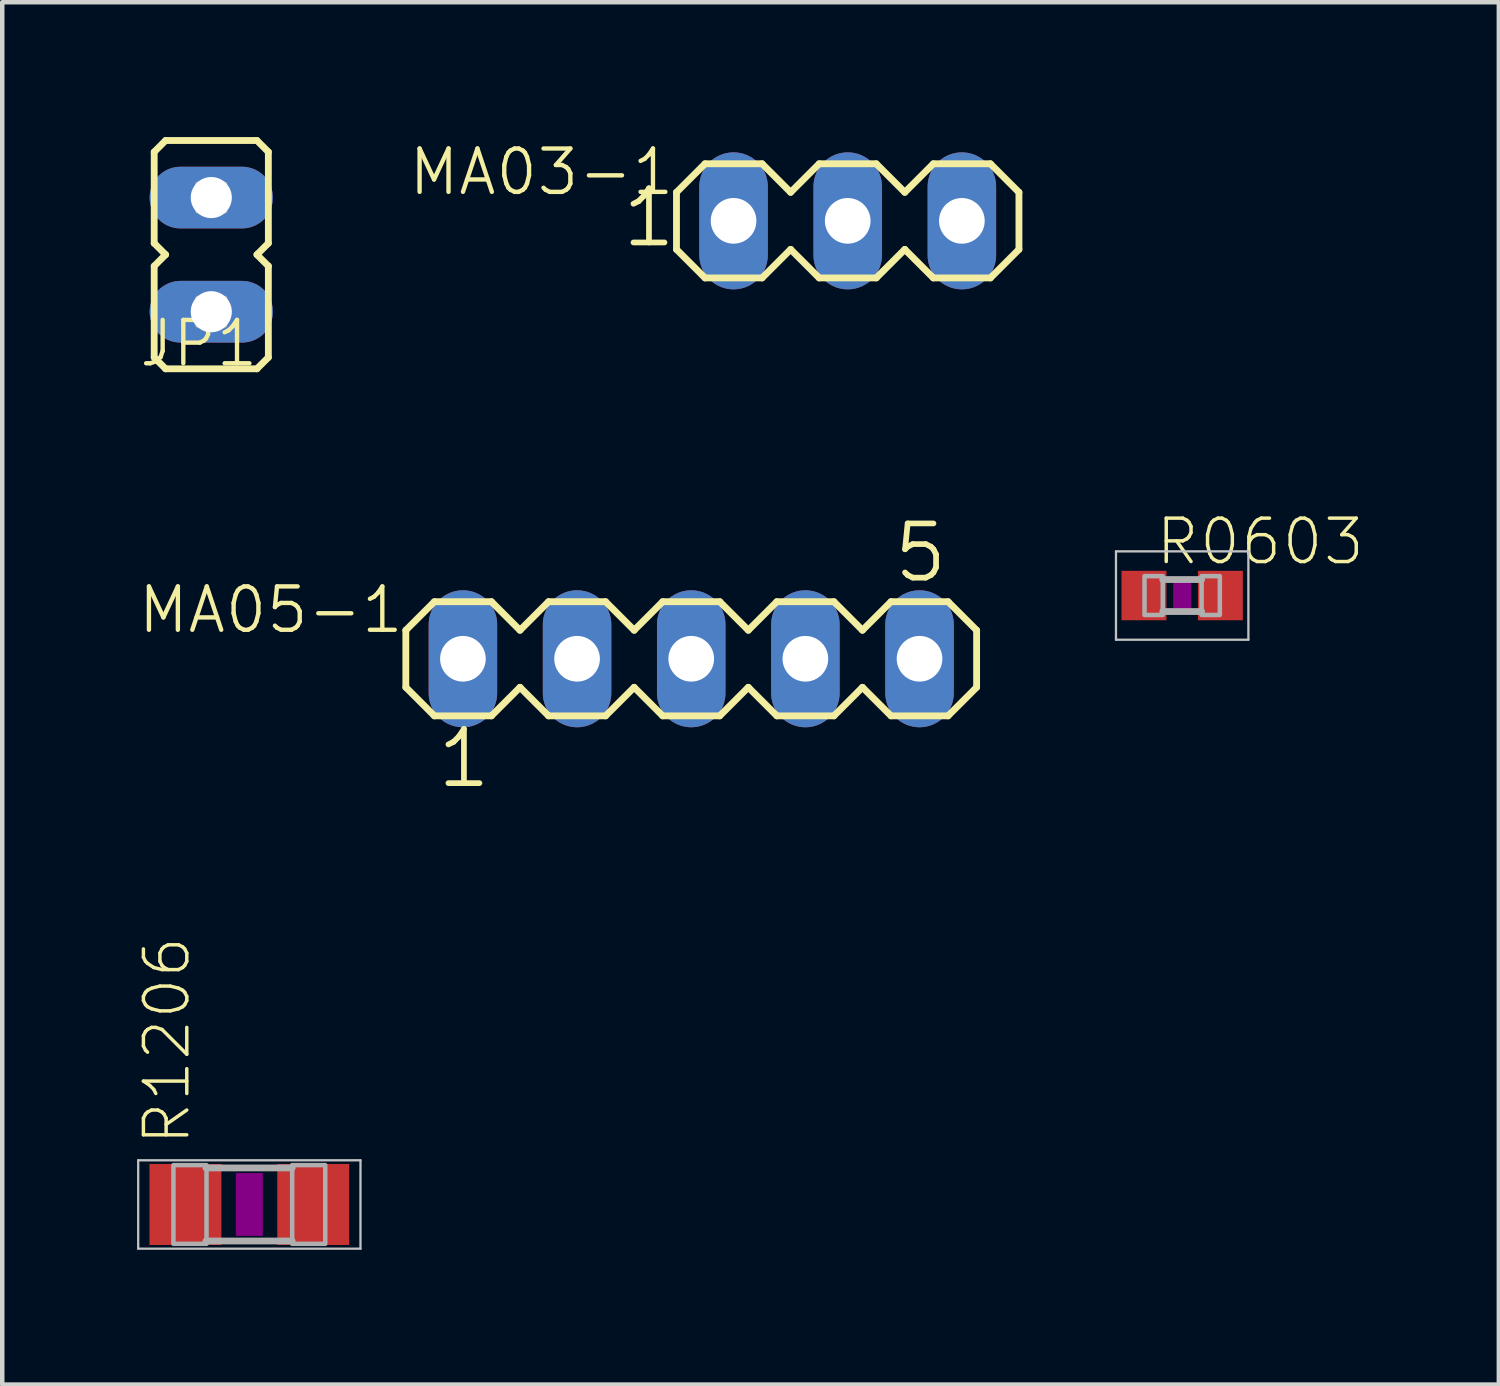
<source format=kicad_pcb>
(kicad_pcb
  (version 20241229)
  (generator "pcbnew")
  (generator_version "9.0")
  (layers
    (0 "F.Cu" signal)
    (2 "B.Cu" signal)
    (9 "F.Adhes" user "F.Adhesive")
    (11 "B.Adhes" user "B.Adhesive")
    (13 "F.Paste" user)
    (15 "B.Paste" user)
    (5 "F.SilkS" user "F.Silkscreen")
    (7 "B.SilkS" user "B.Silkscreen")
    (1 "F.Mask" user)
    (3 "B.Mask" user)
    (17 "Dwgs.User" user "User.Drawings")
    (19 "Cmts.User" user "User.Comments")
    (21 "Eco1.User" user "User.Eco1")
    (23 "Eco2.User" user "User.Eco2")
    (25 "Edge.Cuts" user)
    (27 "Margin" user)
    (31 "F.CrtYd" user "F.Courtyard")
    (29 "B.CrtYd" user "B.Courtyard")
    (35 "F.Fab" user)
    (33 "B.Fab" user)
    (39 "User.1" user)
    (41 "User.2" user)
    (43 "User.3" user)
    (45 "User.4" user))
  (footprint "MA03-1"
    (layer "F.Cu")
    (at 15.812 1.864)
    (property "Reference" "MA03-1" (at -3.81 -1.651 180) (layer "F.SilkS") (effects (font (size 0.965 0.965) (thickness 0.097)) (justify right top)))
    (attr through_hole)
    (fp_line (start -3.81 -0.635) (end -3.81 0.635) (stroke (width 0.152) (type solid)) (layer "F.SilkS"))
    (fp_line (start -3.81 0.635) (end -3.175 1.27) (stroke (width 0.152) (type solid)) (layer "F.SilkS"))
    (fp_line (start -3.175 -1.27) (end -3.81 -0.635) (stroke (width 0.152) (type solid)) (layer "F.SilkS"))
    (fp_line (start -3.175 -1.27) (end -1.905 -1.27) (stroke (width 0.152) (type solid)) (layer "F.SilkS"))
    (fp_line (start -1.905 -1.27) (end -1.27 -0.635) (stroke (width 0.152) (type solid)) (layer "F.SilkS"))
    (fp_line (start -1.905 1.27) (end -3.175 1.27) (stroke (width 0.152) (type solid)) (layer "F.SilkS"))
    (fp_line (start -1.27 -0.635) (end -0.635 -1.27) (stroke (width 0.152) (type solid)) (layer "F.SilkS"))
    (fp_line (start -1.27 0.635) (end -1.905 1.27) (stroke (width 0.152) (type solid)) (layer "F.SilkS"))
    (fp_line (start -0.635 -1.27) (end 0.635 -1.27) (stroke (width 0.152) (type solid)) (layer "F.SilkS"))
    (fp_line (start -0.635 1.27) (end -1.27 0.635) (stroke (width 0.152) (type solid)) (layer "F.SilkS"))
    (fp_line (start 0.635 -1.27) (end 1.27 -0.635) (stroke (width 0.152) (type solid)) (layer "F.SilkS"))
    (fp_line (start 0.635 1.27) (end -0.635 1.27) (stroke (width 0.152) (type solid)) (layer "F.SilkS"))
    (fp_line (start 1.27 -0.635) (end 1.905 -1.27) (stroke (width 0.152) (type solid)) (layer "F.SilkS"))
    (fp_line (start 1.27 0.635) (end 0.635 1.27) (stroke (width 0.152) (type solid)) (layer "F.SilkS"))
    (fp_line (start 1.905 -1.27) (end 3.175 -1.27) (stroke (width 0.152) (type solid)) (layer "F.SilkS"))
    (fp_line (start 1.905 1.27) (end 1.27 0.635) (stroke (width 0.152) (type solid)) (layer "F.SilkS"))
    (fp_line (start 3.175 -1.27) (end 3.81 -0.635) (stroke (width 0.152) (type solid)) (layer "F.SilkS"))
    (fp_line (start 3.175 1.27) (end 1.905 1.27) (stroke (width 0.152) (type solid)) (layer "F.SilkS"))
    (fp_line (start 3.81 -0.635) (end 3.81 0.635) (stroke (width 0.152) (type solid)) (layer "F.SilkS"))
    (fp_line (start 3.81 0.635) (end 3.175 1.27) (stroke (width 0.152) (type solid)) (layer "F.SilkS"))
    (fp_poly (pts (xy -2.794 0.254) (xy -2.286 0.254) (xy -2.286 -0.254) (xy -2.794 -0.254)) (stroke (width 0.1) (type solid)) (fill no) (layer "F.Fab"))
    (fp_poly (pts (xy -0.254 0.254) (xy 0.254 0.254) (xy 0.254 -0.254) (xy -0.254 -0.254)) (stroke (width 0.1) (type solid)) (fill no) (layer "F.Fab"))
    (fp_poly (pts (xy 2.286 0.254) (xy 2.794 0.254) (xy 2.794 -0.254) (xy 2.286 -0.254)) (stroke (width 0.1) (type solid)) (fill no) (layer "F.Fab"))
    (fp_text user "1" (at -5.08 0.635 0) (layer "F.SilkS") (effects (font (size 1.206 1.206) (thickness 0.127)) (justify left bottom)))
    (pad "1" thru_hole oval (at -2.54 0 90) (size 3.048 1.524) (drill 1.016) (layers "*.Cu" "*.Mask"))
    (pad "2" thru_hole oval (at 0 0 90) (size 3.048 1.524) (drill 1.016) (layers "*.Cu" "*.Mask"))
    (pad "3" thru_hole oval (at 2.54 0 90) (size 3.048 1.524) (drill 1.016) (layers "*.Cu" "*.Mask")))
  (footprint "MA05-1"
    (layer "F.Cu")
    (at 12.33 11.608)
    (property "Reference" "MA05-1" (at -6.35 -1.651 180) (layer "F.SilkS") (effects (font (size 0.965 0.965) (thickness 0.097)) (justify right top)))
    (attr through_hole)
    (fp_line (start -6.35 -0.635) (end -6.35 0.635) (stroke (width 0.152) (type solid)) (layer "F.SilkS"))
    (fp_line (start -6.35 0.635) (end -5.715 1.27) (stroke (width 0.152) (type solid)) (layer "F.SilkS"))
    (fp_line (start -5.715 -1.27) (end -6.35 -0.635) (stroke (width 0.152) (type solid)) (layer "F.SilkS"))
    (fp_line (start -5.715 -1.27) (end -4.445 -1.27) (stroke (width 0.152) (type solid)) (layer "F.SilkS"))
    (fp_line (start -4.445 -1.27) (end -3.81 -0.635) (stroke (width 0.152) (type solid)) (layer "F.SilkS"))
    (fp_line (start -4.445 1.27) (end -5.715 1.27) (stroke (width 0.152) (type solid)) (layer "F.SilkS"))
    (fp_line (start -3.81 -0.635) (end -3.175 -1.27) (stroke (width 0.152) (type solid)) (layer "F.SilkS"))
    (fp_line (start -3.81 0.635) (end -4.445 1.27) (stroke (width 0.152) (type solid)) (layer "F.SilkS"))
    (fp_line (start -3.175 -1.27) (end -1.905 -1.27) (stroke (width 0.152) (type solid)) (layer "F.SilkS"))
    (fp_line (start -3.175 1.27) (end -3.81 0.635) (stroke (width 0.152) (type solid)) (layer "F.SilkS"))
    (fp_line (start -1.905 -1.27) (end -1.27 -0.635) (stroke (width 0.152) (type solid)) (layer "F.SilkS"))
    (fp_line (start -1.905 1.27) (end -3.175 1.27) (stroke (width 0.152) (type solid)) (layer "F.SilkS"))
    (fp_line (start -1.27 -0.635) (end -0.635 -1.27) (stroke (width 0.152) (type solid)) (layer "F.SilkS"))
    (fp_line (start -1.27 0.635) (end -1.905 1.27) (stroke (width 0.152) (type solid)) (layer "F.SilkS"))
    (fp_line (start -0.635 -1.27) (end 0.635 -1.27) (stroke (width 0.152) (type solid)) (layer "F.SilkS"))
    (fp_line (start -0.635 1.27) (end -1.27 0.635) (stroke (width 0.152) (type solid)) (layer "F.SilkS"))
    (fp_line (start 0.635 -1.27) (end 1.27 -0.635) (stroke (width 0.152) (type solid)) (layer "F.SilkS"))
    (fp_line (start 0.635 1.27) (end -0.635 1.27) (stroke (width 0.152) (type solid)) (layer "F.SilkS"))
    (fp_line (start 1.27 0.635) (end 0.635 1.27) (stroke (width 0.152) (type solid)) (layer "F.SilkS"))
    (fp_line (start 1.27 0.635) (end 1.905 1.27) (stroke (width 0.152) (type solid)) (layer "F.SilkS"))
    (fp_line (start 1.905 -1.27) (end 1.27 -0.635) (stroke (width 0.152) (type solid)) (layer "F.SilkS"))
    (fp_line (start 1.905 -1.27) (end 3.175 -1.27) (stroke (width 0.152) (type solid)) (layer "F.SilkS"))
    (fp_line (start 3.175 -1.27) (end 3.81 -0.635) (stroke (width 0.152) (type solid)) (layer "F.SilkS"))
    (fp_line (start 3.175 1.27) (end 1.905 1.27) (stroke (width 0.152) (type solid)) (layer "F.SilkS"))
    (fp_line (start 3.81 -0.635) (end 4.445 -1.27) (stroke (width 0.152) (type solid)) (layer "F.SilkS"))
    (fp_line (start 3.81 0.635) (end 3.175 1.27) (stroke (width 0.152) (type solid)) (layer "F.SilkS"))
    (fp_line (start 4.445 -1.27) (end 5.715 -1.27) (stroke (width 0.152) (type solid)) (layer "F.SilkS"))
    (fp_line (start 4.445 1.27) (end 3.81 0.635) (stroke (width 0.152) (type solid)) (layer "F.SilkS"))
    (fp_line (start 5.715 -1.27) (end 6.35 -0.635) (stroke (width 0.152) (type solid)) (layer "F.SilkS"))
    (fp_line (start 5.715 1.27) (end 4.445 1.27) (stroke (width 0.152) (type solid)) (layer "F.SilkS"))
    (fp_line (start 6.35 -0.635) (end 6.35 0.635) (stroke (width 0.152) (type solid)) (layer "F.SilkS"))
    (fp_line (start 6.35 0.635) (end 5.715 1.27) (stroke (width 0.152) (type solid)) (layer "F.SilkS"))
    (fp_poly (pts (xy -5.334 0.254) (xy -4.826 0.254) (xy -4.826 -0.254) (xy -5.334 -0.254)) (stroke (width 0.1) (type solid)) (fill no) (layer "F.Fab"))
    (fp_poly (pts (xy -2.794 0.254) (xy -2.286 0.254) (xy -2.286 -0.254) (xy -2.794 -0.254)) (stroke (width 0.1) (type solid)) (fill no) (layer "F.Fab"))
    (fp_poly (pts (xy -0.254 0.254) (xy 0.254 0.254) (xy 0.254 -0.254) (xy -0.254 -0.254)) (stroke (width 0.1) (type solid)) (fill no) (layer "F.Fab"))
    (fp_poly (pts (xy 2.286 0.254) (xy 2.794 0.254) (xy 2.794 -0.254) (xy 2.286 -0.254)) (stroke (width 0.1) (type solid)) (fill no) (layer "F.Fab"))
    (fp_poly (pts (xy 4.826 0.254) (xy 5.334 0.254) (xy 5.334 -0.254) (xy 4.826 -0.254)) (stroke (width 0.1) (type solid)) (fill no) (layer "F.Fab"))
    (fp_text user "5" (at 4.445 -1.651 0) (layer "F.SilkS") (effects (font (size 1.206 1.206) (thickness 0.127)) (justify left bottom)))
    (fp_text user "1" (at -5.715 2.921 0) (layer "F.SilkS") (effects (font (size 1.206 1.206) (thickness 0.127)) (justify left bottom)))
    (pad "1" thru_hole oval (at -5.08 0 90) (size 3.048 1.524) (drill 1.016) (layers "*.Cu" "*.Mask"))
    (pad "2" thru_hole oval (at -2.54 0 90) (size 3.048 1.524) (drill 1.016) (layers "*.Cu" "*.Mask"))
    (pad "3" thru_hole oval (at 0 0 90) (size 3.048 1.524) (drill 1.016) (layers "*.Cu" "*.Mask"))
    (pad "4" thru_hole oval (at 2.54 0 90) (size 3.048 1.524) (drill 1.016) (layers "*.Cu" "*.Mask"))
    (pad "5" thru_hole oval (at 5.08 0 90) (size 3.048 1.524) (drill 1.016) (layers "*.Cu" "*.Mask")))
  (footprint "R0603"
    (layer "F.Cu")
    (at 23.254 10.201)
    (property "Reference" "R0603" (at -0.635 -0.635 0) (layer "F.SilkS") (effects (font (size 0.965 0.965) (thickness 0.077)) (justify left bottom)))
    (attr through_hole)
    (fp_poly (pts (xy -0.2 0.4) (xy 0.2 0.4) (xy 0.2 -0.4) (xy -0.2 -0.4)) (stroke (width 0) (type solid)) (fill yes) (layer "F.Adhes"))
    (fp_line (start -1.473 -0.983) (end 1.473 -0.983) (stroke (width 0.051) (type solid)) (layer "Dwgs.User"))
    (fp_line (start -1.473 0.983) (end -1.473 -0.983) (stroke (width 0.051) (type solid)) (layer "Dwgs.User"))
    (fp_line (start 1.473 -0.983) (end 1.473 0.983) (stroke (width 0.051) (type solid)) (layer "Dwgs.User"))
    (fp_line (start 1.473 0.983) (end -1.473 0.983) (stroke (width 0.051) (type solid)) (layer "Dwgs.User"))
    (fp_line (start -0.432 0.356) (end 0.432 0.356) (stroke (width 0.152) (type solid)) (layer "F.Fab"))
    (fp_line (start 0.432 -0.356) (end -0.432 -0.356) (stroke (width 0.152) (type solid)) (layer "F.Fab"))
    (fp_poly (pts (xy -0.838 0.432) (xy -0.432 0.432) (xy -0.432 -0.432) (xy -0.838 -0.432)) (stroke (width 0.1) (type solid)) (fill no) (layer "F.Fab"))
    (fp_poly (pts (xy 0.432 0.432) (xy 0.838 0.432) (xy 0.838 -0.432) (xy 0.432 -0.432)) (stroke (width 0.1) (type solid)) (fill no) (layer "F.Fab"))
    (pad "1" smd rect (at -0.85 0) (size 1 1.1) (layers "F.Cu" "F.Mask" "F.Paste"))
    (pad "2" smd rect (at 0.85 0) (size 1 1.1) (layers "F.Cu" "F.Mask" "F.Paste")))
  (footprint "JP1"
    (layer "F.Cu")
    (at 1.651 2.616)
    (property "Reference" "JP1" (at -1.651 2.54 180) (layer "F.SilkS") (effects (font (size 0.965 0.965) (thickness 0.097)) (justify left bottom)))
    (attr through_hole)
    (fp_line (start -1.27 -2.286) (end -1.27 -0.254) (stroke (width 0.152) (type solid)) (layer "F.SilkS"))
    (fp_line (start -1.27 -2.286) (end -1.016 -2.54) (stroke (width 0.152) (type solid)) (layer "F.SilkS"))
    (fp_line (start -1.27 0.254) (end -1.27 2.286) (stroke (width 0.152) (type solid)) (layer "F.SilkS"))
    (fp_line (start -1.016 0) (end -1.27 -0.254) (stroke (width 0.152) (type solid)) (layer "F.SilkS"))
    (fp_line (start -1.016 0) (end -1.27 0.254) (stroke (width 0.152) (type solid)) (layer "F.SilkS"))
    (fp_line (start -1.016 2.54) (end -1.27 2.286) (stroke (width 0.152) (type solid)) (layer "F.SilkS"))
    (fp_line (start -1.016 2.54) (end 1.016 2.54) (stroke (width 0.152) (type solid)) (layer "F.SilkS"))
    (fp_line (start 1.016 -2.54) (end -1.016 -2.54) (stroke (width 0.152) (type solid)) (layer "F.SilkS"))
    (fp_line (start 1.016 0) (end 1.27 -0.254) (stroke (width 0.152) (type solid)) (layer "F.SilkS"))
    (fp_line (start 1.016 0) (end 1.27 0.254) (stroke (width 0.152) (type solid)) (layer "F.SilkS"))
    (fp_line (start 1.016 2.54) (end 1.27 2.286) (stroke (width 0.152) (type solid)) (layer "F.SilkS"))
    (fp_line (start 1.27 -2.286) (end 1.016 -2.54) (stroke (width 0.152) (type solid)) (layer "F.SilkS"))
    (fp_line (start 1.27 -2.286) (end 1.27 -0.254) (stroke (width 0.152) (type solid)) (layer "F.SilkS"))
    (fp_line (start 1.27 0.254) (end 1.27 2.286) (stroke (width 0.152) (type solid)) (layer "F.SilkS"))
    (fp_poly (pts (xy -0.305 -0.965) (xy 0.305 -0.965) (xy 0.305 -1.575) (xy -0.305 -1.575)) (stroke (width 0.1) (type solid)) (fill no) (layer "F.Fab"))
    (fp_poly (pts (xy -0.305 1.575) (xy 0.305 1.575) (xy 0.305 0.965) (xy -0.305 0.965)) (stroke (width 0.1) (type solid)) (fill no) (layer "F.Fab"))
    (pad "1" thru_hole oval (at 0 1.27) (size 2.743 1.372) (drill 0.914) (layers "*.Cu" "*.Mask"))
    (pad "2" thru_hole oval (at 0 -1.27) (size 2.743 1.372) (drill 0.914) (layers "*.Cu" "*.Mask")))
  (footprint "R1206"
    (layer "F.Cu")
    (at 2.498 23.75)
    (property "Reference" "R1206" (at -1.27 -1.27 90) (layer "F.SilkS") (effects (font (size 0.965 0.965) (thickness 0.077)) (justify left bottom)))
    (attr through_hole)
    (fp_poly (pts (xy -0.3 0.7) (xy 0.3 0.7) (xy 0.3 -0.7) (xy -0.3 -0.7)) (stroke (width 0) (type solid)) (fill yes) (layer "F.Adhes"))
    (fp_line (start -2.473 -0.983) (end 2.473 -0.983) (stroke (width 0.051) (type solid)) (layer "Dwgs.User"))
    (fp_line (start -2.473 0.983) (end -2.473 -0.983) (stroke (width 0.051) (type solid)) (layer "Dwgs.User"))
    (fp_line (start 2.473 -0.983) (end 2.473 0.983) (stroke (width 0.051) (type solid)) (layer "Dwgs.User"))
    (fp_line (start 2.473 0.983) (end -2.473 0.983) (stroke (width 0.051) (type solid)) (layer "Dwgs.User"))
    (fp_line (start 0.953 -0.813) (end -0.965 -0.813) (stroke (width 0.152) (type solid)) (layer "F.Fab"))
    (fp_line (start 0.953 0.813) (end -0.965 0.813) (stroke (width 0.152) (type solid)) (layer "F.Fab"))
    (fp_poly (pts (xy -1.689 0.876) (xy -0.953 0.876) (xy -0.953 -0.876) (xy -1.689 -0.876)) (stroke (width 0.1) (type solid)) (fill no) (layer "F.Fab"))
    (fp_poly (pts (xy 0.953 0.876) (xy 1.689 0.876) (xy 1.689 -0.876) (xy 0.953 -0.876)) (stroke (width 0.1) (type solid)) (fill no) (layer "F.Fab"))
    (pad "1" smd rect (at -1.422 0) (size 1.6 1.803) (layers "F.Cu" "F.Mask" "F.Paste"))
    (pad "2" smd rect (at 1.422 0) (size 1.6 1.803) (layers "F.Cu" "F.Mask" "F.Paste")))
  (gr_rect
    (start -3 -3)
    (end 30.3 27.758)
    (stroke (width 0.1) (type default))
    (fill no)
    (layer "Edge.Cuts")))
</source>
